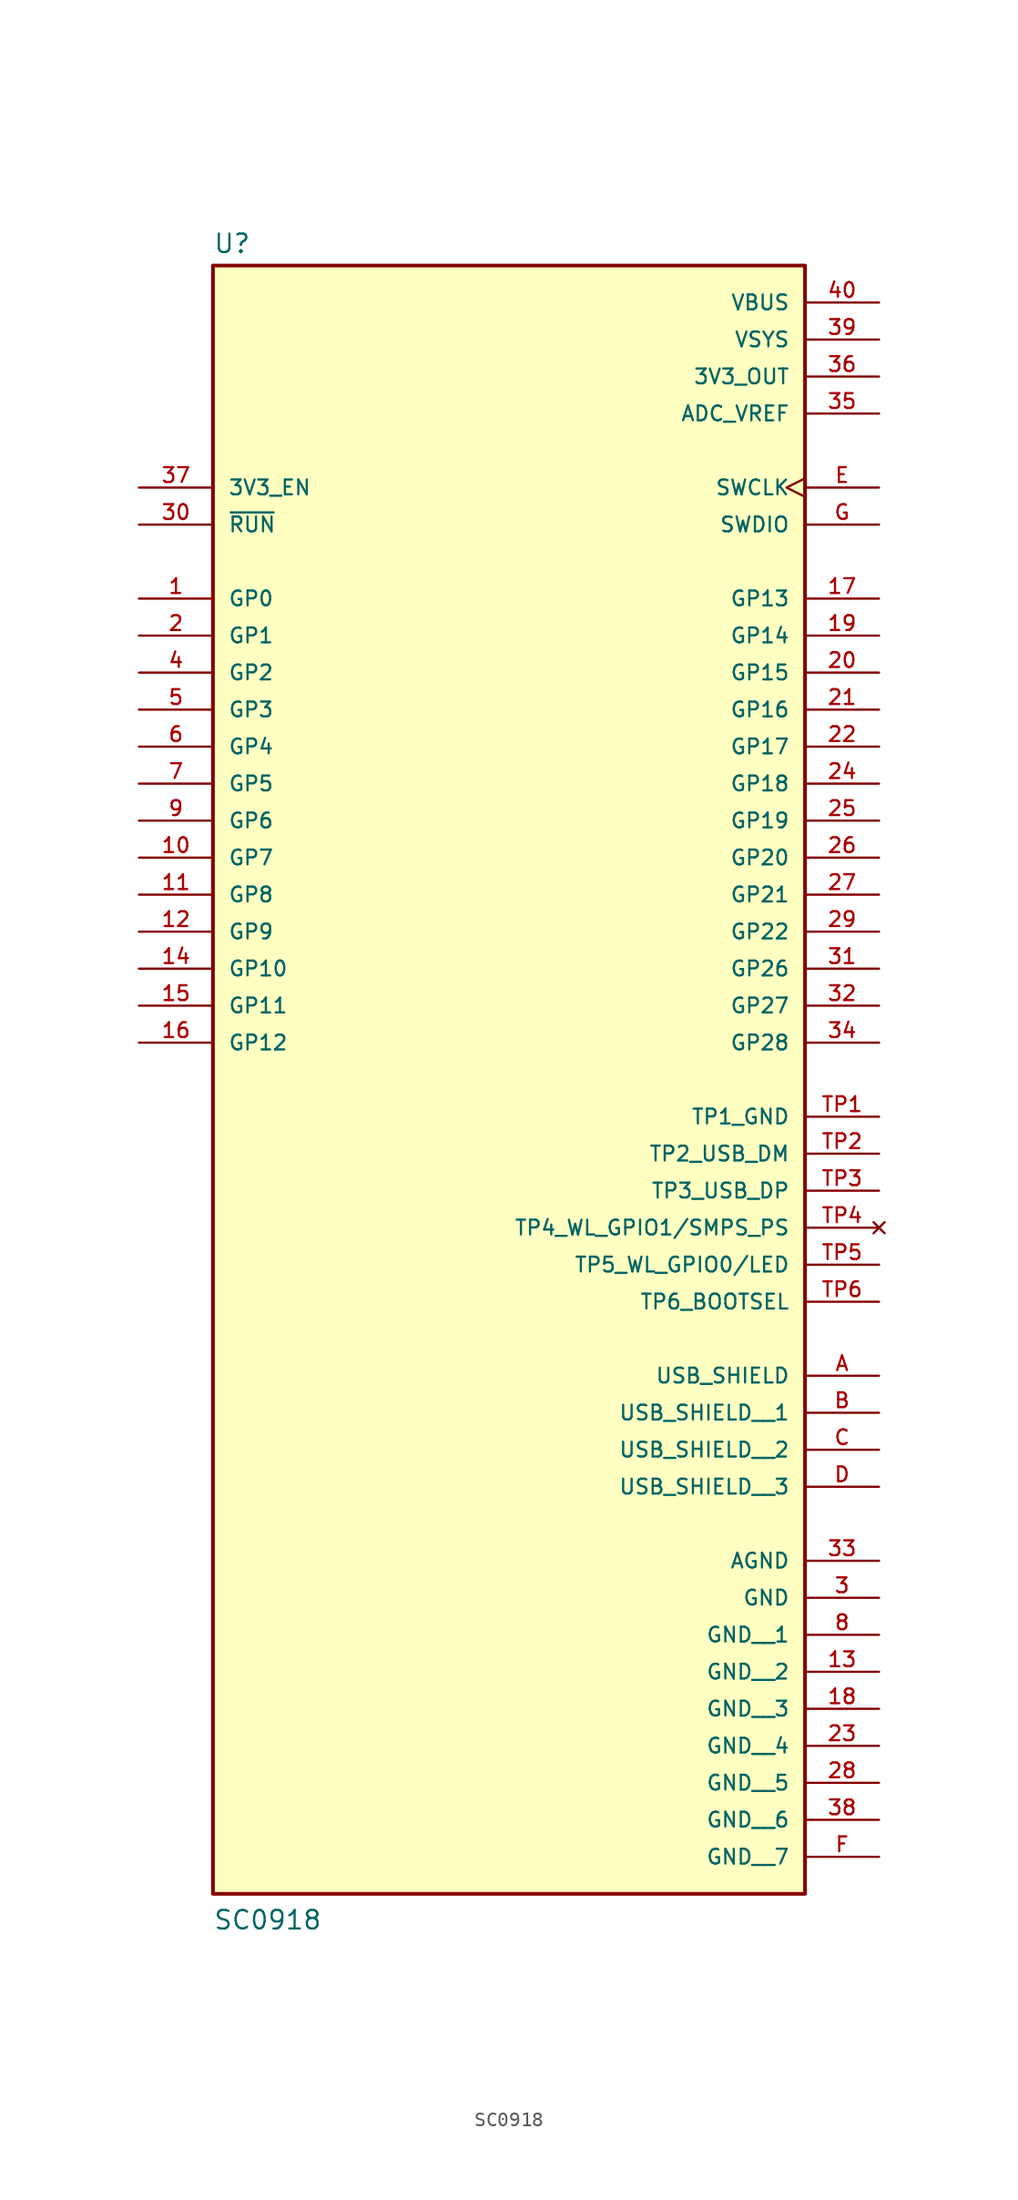
<source format=kicad_sym>
(kicad_symbol_lib
  (version 20211014)
  (generator kicad_symbol_editor)
  (symbol "SC0918"
    (pin_names
      (offset 1.016))
    (property "Reference" "U"
      (at -20.32 43.942 0)
      (effects (font (size 1.27 1.27)) (justify bottom left)))
    (property "Value" "SC0918"
      (at -20.32 -71.12 0)
      (effects (font (size 1.27 1.27)) (justify bottom left)))
    (symbol "SC0918_0_0"
      (rectangle (start -20.32 -68.58) (end 20.32 43.18) (stroke (width 0.254)) (fill (type background)))
      (pin bidirectional line (at -25.4 20.32 0) (length 5.08) (name "GP0" (effects (font (size 1.016 1.016)))) (number "1" (effects (font (size 1.016 1.016)))))
      (pin bidirectional line (at -25.4 17.78 0) (length 5.08) (name "GP1" (effects (font (size 1.016 1.016)))) (number "2" (effects (font (size 1.016 1.016)))))
      (pin power_in line (at 25.4 -48.26 180.0) (length 5.08) (name "GND" (effects (font (size 1.016 1.016)))) (number "3" (effects (font (size 1.016 1.016)))))
      (pin bidirectional line (at -25.4 15.24 0) (length 5.08) (name "GP2" (effects (font (size 1.016 1.016)))) (number "4" (effects (font (size 1.016 1.016)))))
      (pin bidirectional line (at -25.4 12.7 0) (length 5.08) (name "GP3" (effects (font (size 1.016 1.016)))) (number "5" (effects (font (size 1.016 1.016)))))
      (pin bidirectional line (at -25.4 10.16 0) (length 5.08) (name "GP4" (effects (font (size 1.016 1.016)))) (number "6" (effects (font (size 1.016 1.016)))))
      (pin bidirectional line (at -25.4 7.62 0) (length 5.08) (name "GP5" (effects (font (size 1.016 1.016)))) (number "7" (effects (font (size 1.016 1.016)))))
      (pin bidirectional line (at -25.4 5.08 0) (length 5.08) (name "GP6" (effects (font (size 1.016 1.016)))) (number "9" (effects (font (size 1.016 1.016)))))
      (pin bidirectional line (at -25.4 2.54 0) (length 5.08) (name "GP7" (effects (font (size 1.016 1.016)))) (number "10" (effects (font (size 1.016 1.016)))))
      (pin bidirectional line (at -25.4 -2.54 0) (length 5.08) (name "GP9" (effects (font (size 1.016 1.016)))) (number "12" (effects (font (size 1.016 1.016)))))
      (pin bidirectional line (at -25.4 0.0 0) (length 5.08) (name "GP8" (effects (font (size 1.016 1.016)))) (number "11" (effects (font (size 1.016 1.016)))))
      (pin bidirectional line (at -25.4 -5.08 0) (length 5.08) (name "GP10" (effects (font (size 1.016 1.016)))) (number "14" (effects (font (size 1.016 1.016)))))
      (pin bidirectional line (at -25.4 -7.62 0) (length 5.08) (name "GP11" (effects (font (size 1.016 1.016)))) (number "15" (effects (font (size 1.016 1.016)))))
      (pin bidirectional line (at -25.4 -10.16 0) (length 5.08) (name "GP12" (effects (font (size 1.016 1.016)))) (number "16" (effects (font (size 1.016 1.016)))))
      (pin bidirectional line (at 25.4 20.32 180.0) (length 5.08) (name "GP13" (effects (font (size 1.016 1.016)))) (number "17" (effects (font (size 1.016 1.016)))))
      (pin bidirectional line (at 25.4 17.78 180.0) (length 5.08) (name "GP14" (effects (font (size 1.016 1.016)))) (number "19" (effects (font (size 1.016 1.016)))))
      (pin bidirectional line (at 25.4 15.24 180.0) (length 5.08) (name "GP15" (effects (font (size 1.016 1.016)))) (number "20" (effects (font (size 1.016 1.016)))))
      (pin bidirectional line (at 25.4 12.7 180.0) (length 5.08) (name "GP16" (effects (font (size 1.016 1.016)))) (number "21" (effects (font (size 1.016 1.016)))))
      (pin bidirectional line (at 25.4 10.16 180.0) (length 5.08) (name "GP17" (effects (font (size 1.016 1.016)))) (number "22" (effects (font (size 1.016 1.016)))))
      (pin bidirectional line (at 25.4 7.62 180.0) (length 5.08) (name "GP18" (effects (font (size 1.016 1.016)))) (number "24" (effects (font (size 1.016 1.016)))))
      (pin bidirectional line (at 25.4 5.08 180.0) (length 5.08) (name "GP19" (effects (font (size 1.016 1.016)))) (number "25" (effects (font (size 1.016 1.016)))))
      (pin bidirectional line (at 25.4 2.54 180.0) (length 5.08) (name "GP20" (effects (font (size 1.016 1.016)))) (number "26" (effects (font (size 1.016 1.016)))))
      (pin bidirectional line (at 25.4 0.0 180.0) (length 5.08) (name "GP21" (effects (font (size 1.016 1.016)))) (number "27" (effects (font (size 1.016 1.016)))))
      (pin bidirectional line (at 25.4 -2.54 180.0) (length 5.08) (name "GP22" (effects (font (size 1.016 1.016)))) (number "29" (effects (font (size 1.016 1.016)))))
      (pin input line (at -25.4 25.4 0) (length 5.08) (name "~{RUN}" (effects (font (size 1.016 1.016)))) (number "30" (effects (font (size 1.016 1.016)))))
      (pin bidirectional line (at 25.4 -5.08 180.0) (length 5.08) (name "GP26" (effects (font (size 1.016 1.016)))) (number "31" (effects (font (size 1.016 1.016)))))
      (pin bidirectional line (at 25.4 -7.62 180.0) (length 5.08) (name "GP27" (effects (font (size 1.016 1.016)))) (number "32" (effects (font (size 1.016 1.016)))))
      (pin power_in line (at 25.4 -45.72 180.0) (length 5.08) (name "AGND" (effects (font (size 1.016 1.016)))) (number "33" (effects (font (size 1.016 1.016)))))
      (pin bidirectional line (at 25.4 -10.16 180.0) (length 5.08) (name "GP28" (effects (font (size 1.016 1.016)))) (number "34" (effects (font (size 1.016 1.016)))))
      (pin power_in line (at 25.4 33.02 180.0) (length 5.08) (name "ADC_VREF" (effects (font (size 1.016 1.016)))) (number "35" (effects (font (size 1.016 1.016)))))
      (pin power_in line (at 25.4 35.56 180.0) (length 5.08) (name "3V3_OUT" (effects (font (size 1.016 1.016)))) (number "36" (effects (font (size 1.016 1.016)))))
      (pin input line (at -25.4 27.94 0) (length 5.08) (name "3V3_EN" (effects (font (size 1.016 1.016)))) (number "37" (effects (font (size 1.016 1.016)))))
      (pin power_in line (at 25.4 38.1 180.0) (length 5.08) (name "VSYS" (effects (font (size 1.016 1.016)))) (number "39" (effects (font (size 1.016 1.016)))))
      (pin power_in line (at 25.4 40.64 180.0) (length 5.08) (name "VBUS" (effects (font (size 1.016 1.016)))) (number "40" (effects (font (size 1.016 1.016)))))
      (pin input clock (at 25.4 27.94 180.0) (length 5.08) (name "SWCLK" (effects (font (size 1.016 1.016)))) (number "E" (effects (font (size 1.016 1.016)))))
      (pin bidirectional line (at 25.4 25.4 180.0) (length 5.08) (name "SWDIO" (effects (font (size 1.016 1.016)))) (number "G" (effects (font (size 1.016 1.016)))))
      (pin power_in line (at 25.4 -15.24 180.0) (length 5.08) (name "TP1_GND" (effects (font (size 1.016 1.016)))) (number "TP1" (effects (font (size 1.016 1.016)))))
      (pin bidirectional line (at 25.4 -17.78 180.0) (length 5.08) (name "TP2_USB_DM" (effects (font (size 1.016 1.016)))) (number "TP2" (effects (font (size 1.016 1.016)))))
      (pin bidirectional line (at 25.4 -20.32 180.0) (length 5.08) (name "TP3_USB_DP" (effects (font (size 1.016 1.016)))) (number "TP3" (effects (font (size 1.016 1.016)))))
      (pin no_connect line (at 25.4 -22.86 180.0) (length 5.08) (name "TP4_WL_GPIO1/SMPS_PS" (effects (font (size 1.016 1.016)))) (number "TP4" (effects (font (size 1.016 1.016)))))
      (pin output line (at 25.4 -25.4 180.0) (length 5.08) (name "TP5_WL_GPIO0/LED" (effects (font (size 1.016 1.016)))) (number "TP5" (effects (font (size 1.016 1.016)))))
      (pin input line (at 25.4 -27.94 180.0) (length 5.08) (name "TP6_BOOTSEL" (effects (font (size 1.016 1.016)))) (number "TP6" (effects (font (size 1.016 1.016)))))
      (pin power_in line (at 25.4 -33.02 180.0) (length 5.08) (name "USB_SHIELD" (effects (font (size 1.016 1.016)))) (number "A" (effects (font (size 1.016 1.016)))))
      (pin power_in line (at 25.4 -35.56 180.0) (length 5.08) (name "USB_SHIELD__1" (effects (font (size 1.016 1.016)))) (number "B" (effects (font (size 1.016 1.016)))))
      (pin power_in line (at 25.4 -38.1 180.0) (length 5.08) (name "USB_SHIELD__2" (effects (font (size 1.016 1.016)))) (number "C" (effects (font (size 1.016 1.016)))))
      (pin power_in line (at 25.4 -40.64 180.0) (length 5.08) (name "USB_SHIELD__3" (effects (font (size 1.016 1.016)))) (number "D" (effects (font (size 1.016 1.016)))))
      (pin power_in line (at 25.4 -50.8 180.0) (length 5.08) (name "GND__1" (effects (font (size 1.016 1.016)))) (number "8" (effects (font (size 1.016 1.016)))))
      (pin power_in line (at 25.4 -53.34 180.0) (length 5.08) (name "GND__2" (effects (font (size 1.016 1.016)))) (number "13" (effects (font (size 1.016 1.016)))))
      (pin power_in line (at 25.4 -55.88 180.0) (length 5.08) (name "GND__3" (effects (font (size 1.016 1.016)))) (number "18" (effects (font (size 1.016 1.016)))))
      (pin power_in line (at 25.4 -58.42 180.0) (length 5.08) (name "GND__4" (effects (font (size 1.016 1.016)))) (number "23" (effects (font (size 1.016 1.016)))))
      (pin power_in line (at 25.4 -60.96 180.0) (length 5.08) (name "GND__5" (effects (font (size 1.016 1.016)))) (number "28" (effects (font (size 1.016 1.016)))))
      (pin power_in line (at 25.4 -63.5 180.0) (length 5.08) (name "GND__6" (effects (font (size 1.016 1.016)))) (number "38" (effects (font (size 1.016 1.016)))))
      (pin power_in line (at 25.4 -66.04 180.0) (length 5.08) (name "GND__7" (effects (font (size 1.016 1.016)))) (number "F" (effects (font (size 1.016 1.016))))))))
</source>
